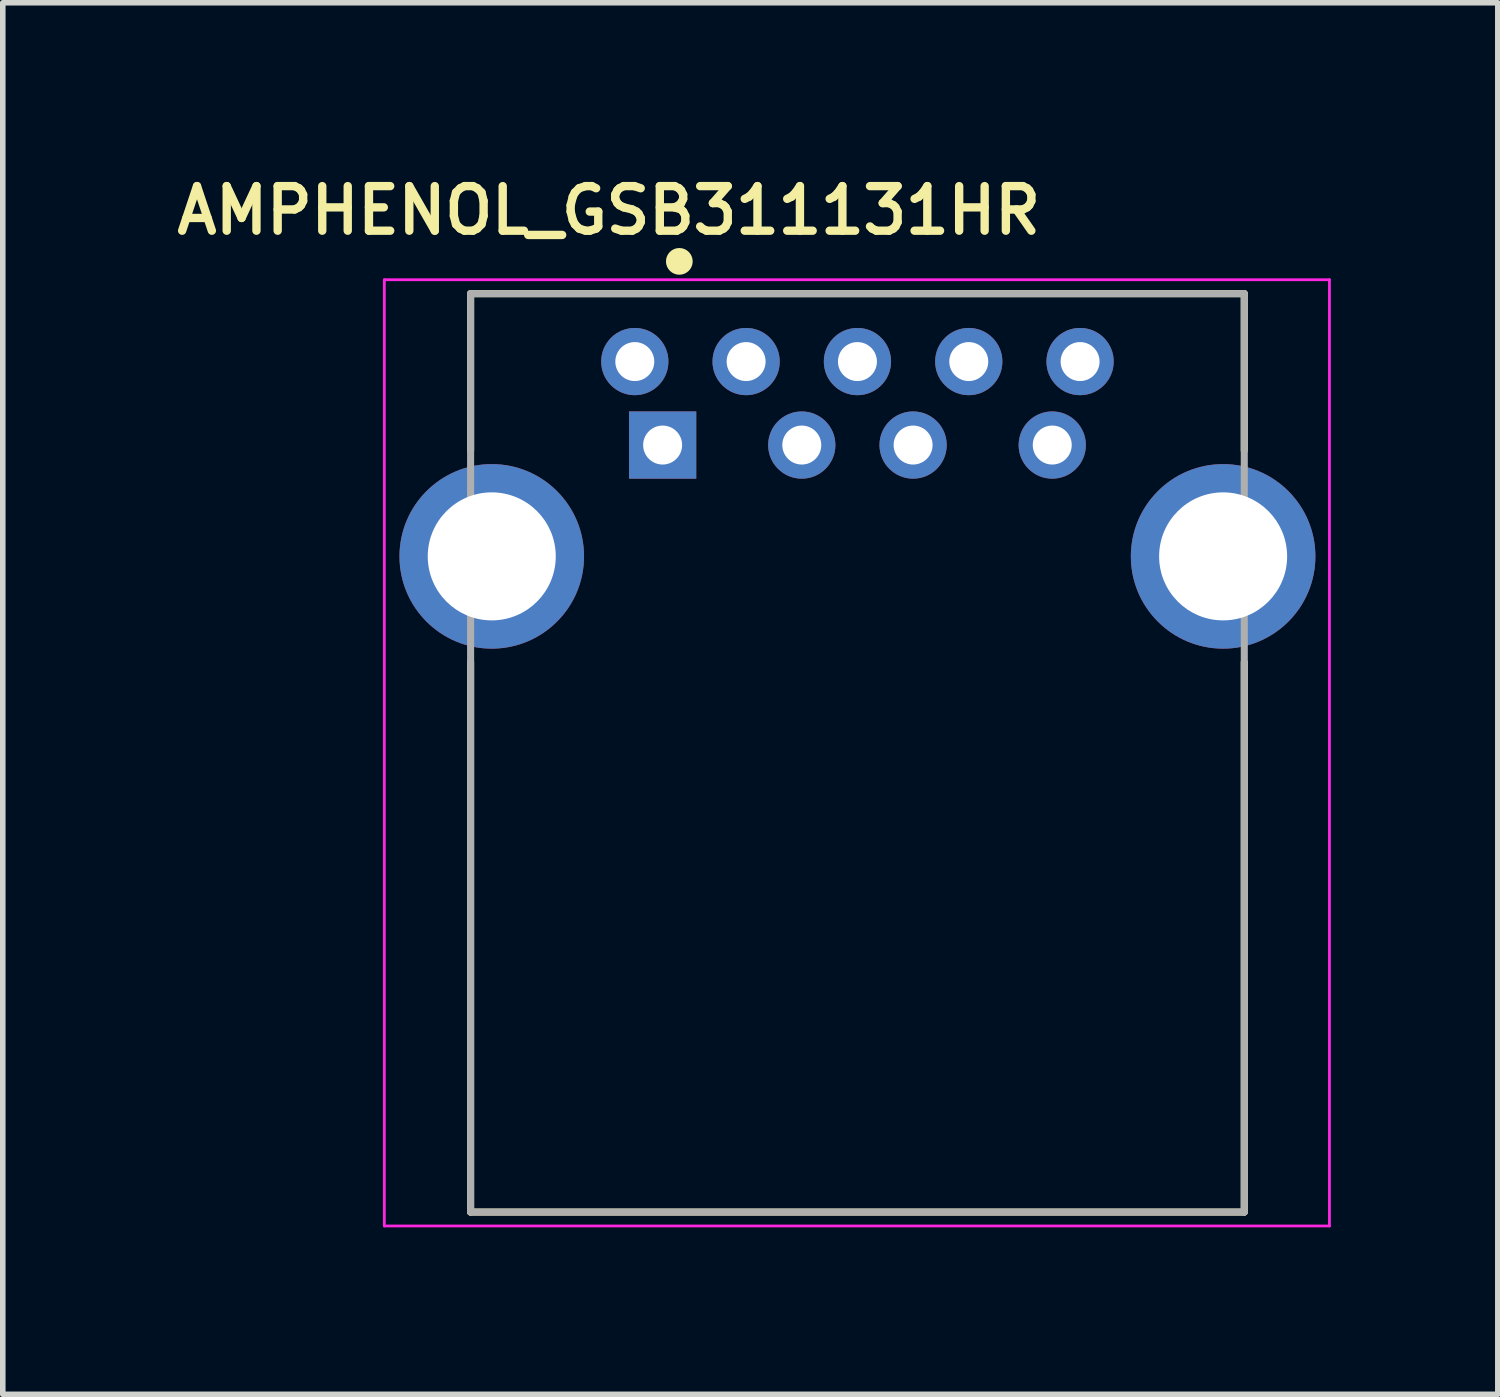
<source format=kicad_pcb>
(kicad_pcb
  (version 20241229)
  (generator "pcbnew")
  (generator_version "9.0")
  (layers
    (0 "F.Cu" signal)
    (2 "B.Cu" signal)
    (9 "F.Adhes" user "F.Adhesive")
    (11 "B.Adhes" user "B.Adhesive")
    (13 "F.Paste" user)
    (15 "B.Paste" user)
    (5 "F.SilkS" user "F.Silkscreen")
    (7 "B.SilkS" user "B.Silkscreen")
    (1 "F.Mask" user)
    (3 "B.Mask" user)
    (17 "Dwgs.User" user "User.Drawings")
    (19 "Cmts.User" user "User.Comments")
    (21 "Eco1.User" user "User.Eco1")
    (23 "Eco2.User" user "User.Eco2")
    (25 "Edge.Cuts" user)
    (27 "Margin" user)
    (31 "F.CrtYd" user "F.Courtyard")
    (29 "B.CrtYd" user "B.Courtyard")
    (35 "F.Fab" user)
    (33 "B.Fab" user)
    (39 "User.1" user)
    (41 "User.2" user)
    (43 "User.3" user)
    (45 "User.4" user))
  (footprint "AMPHENOL_GSB311131HR"
    (layer "F.Cu")
    (at 12.355 4.946)
    (property "Reference" "AMPHENOL_GSB311131HR" (at -4.466 -4.214 0) (layer "F.SilkS") (effects (font (size 0.801 0.801) (thickness 0.15))))
    (attr through_hole)
    (fp_line (start -6.95 -2.72) (end 6.95 -2.72) (stroke (width 0.127) (type solid)) (layer "F.SilkS"))
    (fp_line (start -6.95 0.1) (end -6.95 -2.72) (stroke (width 0.127) (type solid)) (layer "F.SilkS"))
    (fp_line (start -6.95 13.78) (end -6.95 3.9) (stroke (width 0.127) (type solid)) (layer "F.SilkS"))
    (fp_line (start 6.95 -2.72) (end 6.95 0.1) (stroke (width 0.127) (type solid)) (layer "F.SilkS"))
    (fp_line (start 6.95 3.9) (end 6.95 13.78) (stroke (width 0.127) (type solid)) (layer "F.SilkS"))
    (fp_line (start 6.95 13.78) (end -6.95 13.78) (stroke (width 0.127) (type solid)) (layer "F.SilkS"))
    (fp_circle (center -3.2 -3.3) (end -3.08 -3.3) (stroke (width 0.24) (type solid)) (fill no) (layer "F.SilkS"))
    (fp_line (start -8.5 -2.97) (end 8.48 -2.97) (stroke (width 0.05) (type solid)) (layer "F.CrtYd"))
    (fp_line (start -8.5 14.03) (end -8.5 -2.97) (stroke (width 0.05) (type solid)) (layer "F.CrtYd"))
    (fp_line (start 8.48 -2.97) (end 8.48 14.03) (stroke (width 0.05) (type solid)) (layer "F.CrtYd"))
    (fp_line (start 8.48 14.03) (end -8.5 14.03) (stroke (width 0.05) (type solid)) (layer "F.CrtYd"))
    (fp_line (start -6.95 -2.72) (end 6.95 -2.72) (stroke (width 0.127) (type solid)) (layer "F.Fab"))
    (fp_line (start -6.95 13.78) (end -6.95 -2.72) (stroke (width 0.127) (type solid)) (layer "F.Fab"))
    (fp_line (start 6.95 -2.72) (end 6.95 13.78) (stroke (width 0.127) (type solid)) (layer "F.Fab"))
    (fp_line (start 6.95 13.78) (end -6.95 13.78) (stroke (width 0.127) (type solid)) (layer "F.Fab"))
    (pad "1" thru_hole rect (at -3.5 0) (size 1.208 1.208) (drill 0.7) (layers "*.Cu" "*.Mask"))
    (pad "2" thru_hole circle (at -1 0) (size 1.208 1.208) (drill 0.7) (layers "*.Cu" "*.Mask"))
    (pad "3" thru_hole circle (at 1 0) (size 1.208 1.208) (drill 0.7) (layers "*.Cu" "*.Mask"))
    (pad "4" thru_hole circle (at 3.5 0) (size 1.208 1.208) (drill 0.7) (layers "*.Cu" "*.Mask"))
    (pad "5" thru_hole circle (at 4 -1.5) (size 1.208 1.208) (drill 0.7) (layers "*.Cu" "*.Mask"))
    (pad "6" thru_hole circle (at 2 -1.5) (size 1.208 1.208) (drill 0.7) (layers "*.Cu" "*.Mask"))
    (pad "7" thru_hole circle (at 0 -1.5) (size 1.208 1.208) (drill 0.7) (layers "*.Cu" "*.Mask"))
    (pad "8" thru_hole circle (at -2 -1.5) (size 1.208 1.208) (drill 0.7) (layers "*.Cu" "*.Mask"))
    (pad "9" thru_hole circle (at -4 -1.5) (size 1.208 1.208) (drill 0.7) (layers "*.Cu" "*.Mask"))
    (pad "SH1" thru_hole circle (at -6.57 2) (size 3.316 3.316) (drill 2.3) (layers "*.Cu" "*.Mask"))
    (pad "SH2" thru_hole circle (at 6.57 2) (size 3.316 3.316) (drill 2.3) (layers "*.Cu" "*.Mask")))
  (gr_rect
    (start -3 -3)
    (end 23.86 22.001)
    (stroke (width 0.1) (type default))
    (fill no)
    (layer "Edge.Cuts")))
</source>
